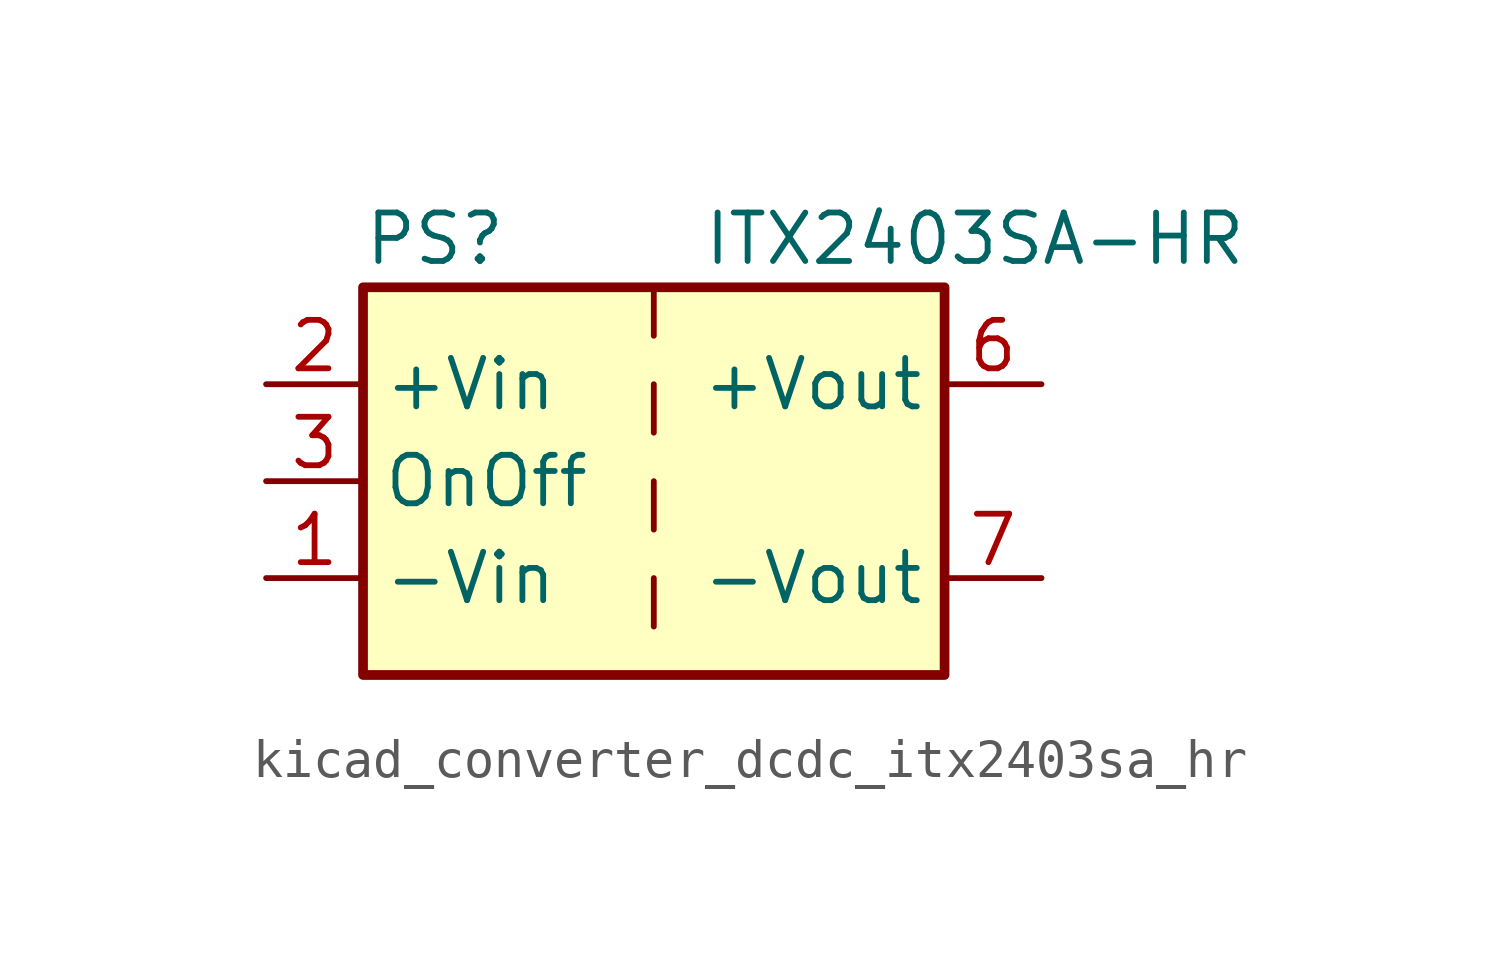
<source format=kicad_sym>
(kicad_symbol_lib
  (version 20220914)
  (generator kicad_symbol_editor)
  (symbol "kicad_converter_dcdc_itx2403sa_hr"
    (property "Reference" "PS"
      (at -7.62 6.35 0)
      (effects (font (size 1.27 1.27)) (justify left)))
    (property "Value" "ITX2403SA-HR"
      (at 1.27 6.35 0)
      (effects (font (size 1.27 1.27)) (justify left)))
    (symbol "kicad_converter_dcdc_itx2403sa_hr_0_0"
      (pin power_in line (at -10.16 -2.54 0) (length 2.54) (name "-Vin" (effects (font (size 1.27 1.27)))) (number "1" (effects (font (size 1.27 1.27)))))
      (pin power_in line (at -10.16 2.54 0) (length 2.54) (name "+Vin" (effects (font (size 1.27 1.27)))) (number "2" (effects (font (size 1.27 1.27)))))
      (pin input line (at -10.16 0 0) (length 2.54) (name "OnOff" (effects (font (size 1.27 1.27)))) (number "3" (effects (font (size 1.27 1.27)))))
      (pin no_connect line (at 0 5.08 270) (length 2.54) hide (name "NC" (effects (font (size 1.27 1.27)))) (number "5" (effects (font (size 1.27 1.27)))))
      (pin power_out line (at 10.16 2.54 180) (length 2.54) (name "+Vout" (effects (font (size 1.27 1.27)))) (number "6" (effects (font (size 1.27 1.27)))))
      (pin power_out line (at 10.16 -2.54 180) (length 2.54) (name "-Vout" (effects (font (size 1.27 1.27)))) (number "7" (effects (font (size 1.27 1.27)))))
      (pin no_connect line (at 7.62 0 180) (length 2.54) hide (name "NC" (effects (font (size 1.27 1.27)))) (number "8" (effects (font (size 1.27 1.27))))))
    (symbol "kicad_converter_dcdc_itx2403sa_hr_0_1"
      (rectangle (start -7.62 5.08) (end 7.62 -5.08) (stroke (width 0.254) (type default)) (fill (type background)))
      (polyline (pts (xy 0 -2.54) (xy 0 -3.81)) (stroke (width 0) (type default)) (fill (type none)))
      (polyline (pts (xy 0 0) (xy 0 -1.27)) (stroke (width 0) (type default)) (fill (type none)))
      (polyline (pts (xy 0 2.54) (xy 0 1.27)) (stroke (width 0) (type default)) (fill (type none)))
      (polyline (pts (xy 0 5.08) (xy 0 3.81)) (stroke (width 0) (type default)) (fill (type none))))))
</source>
